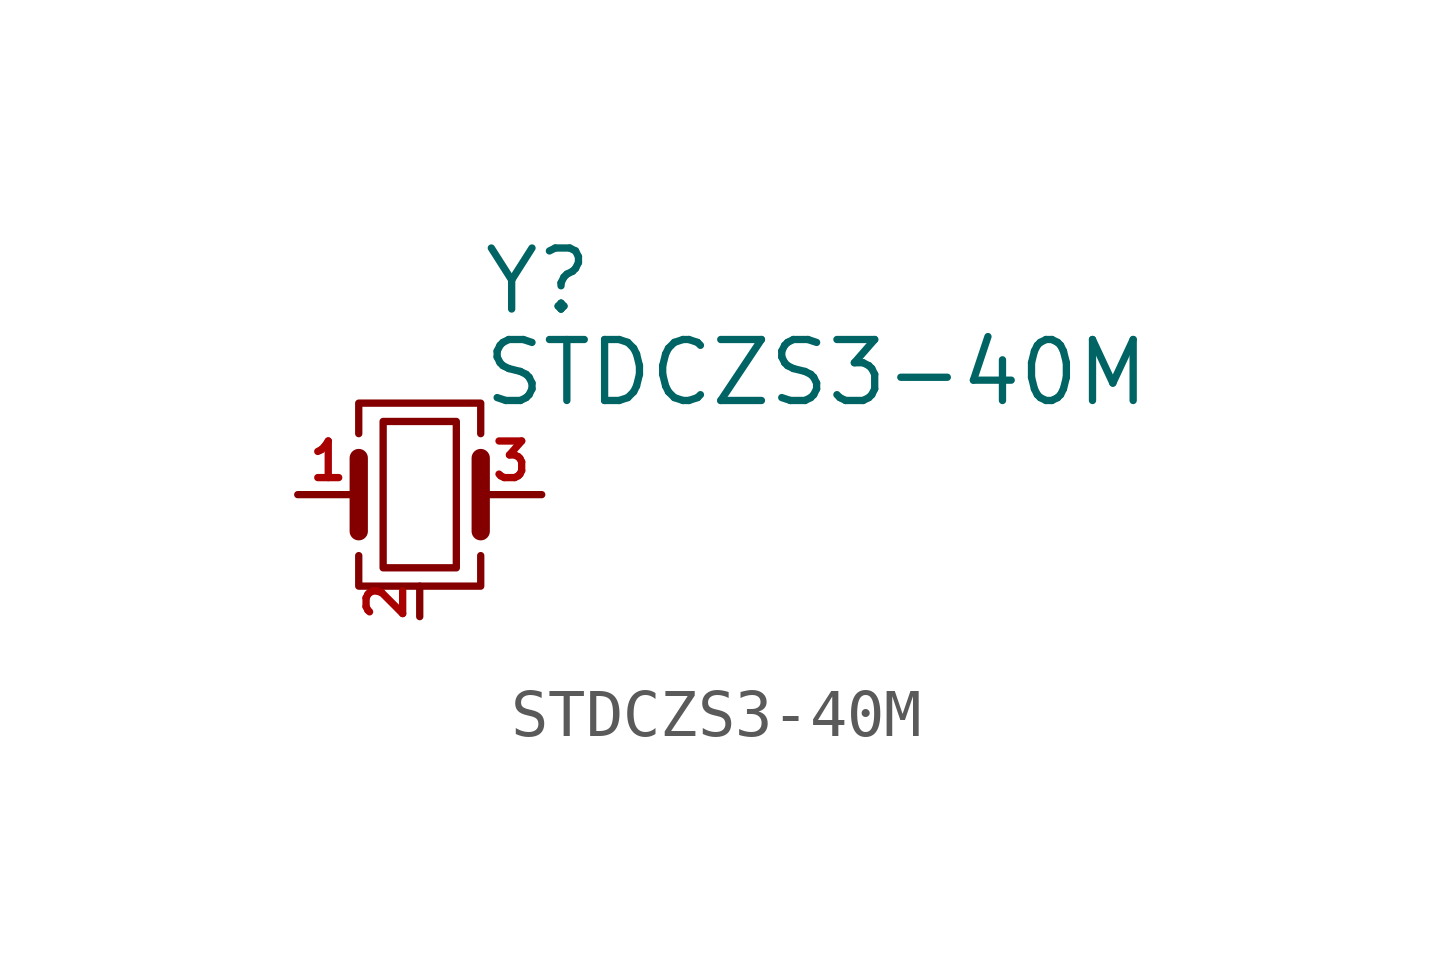
<source format=kicad_sym>
(kicad_symbol_lib
  (version 20241209)
  (generator "kicad_symbol_editor")
  (generator_version "9.0")
  (symbol "STDCZS3-40M"
    (pin_names
      (offset 1.016)
      (hide yes))
    (property "Reference" "Y"
      (at 1.27 4.445 0)
      (effects (font (size 1.27 1.27)) (justify left)))
    (property "Value" "STDCZS3-40M"
      (at 1.27 2.54 0)
      (effects (font (size 1.27 1.27)) (justify left)))
    (symbol "STDCZS3-40M_0_1"
      (polyline (pts (xy -1.27 1.27) (xy -1.27 1.905) (xy 1.27 1.905) (xy 1.27 1.27)) (stroke (width 0) (type default)) (fill (type none)))
      (polyline (pts (xy -1.27 -0.762) (xy -1.27 0.762)) (stroke (width 0.381) (type default)) (fill (type none)))
      (polyline (pts (xy -1.27 -1.27) (xy -1.27 -1.905) (xy 1.27 -1.905) (xy 1.27 -1.27)) (stroke (width 0) (type default)) (fill (type none)))
      (rectangle (start -0.762 -1.524) (end 0.762 1.524) (stroke (width 0) (type default)) (fill (type none)))
      (polyline (pts (xy 1.27 -0.762) (xy 1.27 0.762)) (stroke (width 0.381) (type default)) (fill (type none))))
    (symbol "STDCZS3-40M_1_1"
      (pin passive line (at -2.54 0 0) (length 1.27) (name "1" (effects (font (size 1.27 1.27)))) (number "1" (effects (font (size 0.762 0.762)))))
      (pin passive line (at 0 -2.54 90) (length 0.635) (name "G" (effects (font (size 1.27 1.27)))) (number "2" (effects (font (size 0.762 0.762)))))
      (pin passive line (at 0 -2.54 90) (length 0.635) (hide yes) (name "G" (effects (font (size 1.27 1.27)))) (number "4" (effects (font (size 0.762 0.762)))))
      (pin passive line (at 2.54 0 180) (length 1.27) (name "3" (effects (font (size 1.27 1.27)))) (number "3" (effects (font (size 0.762 0.762))))))))
</source>
